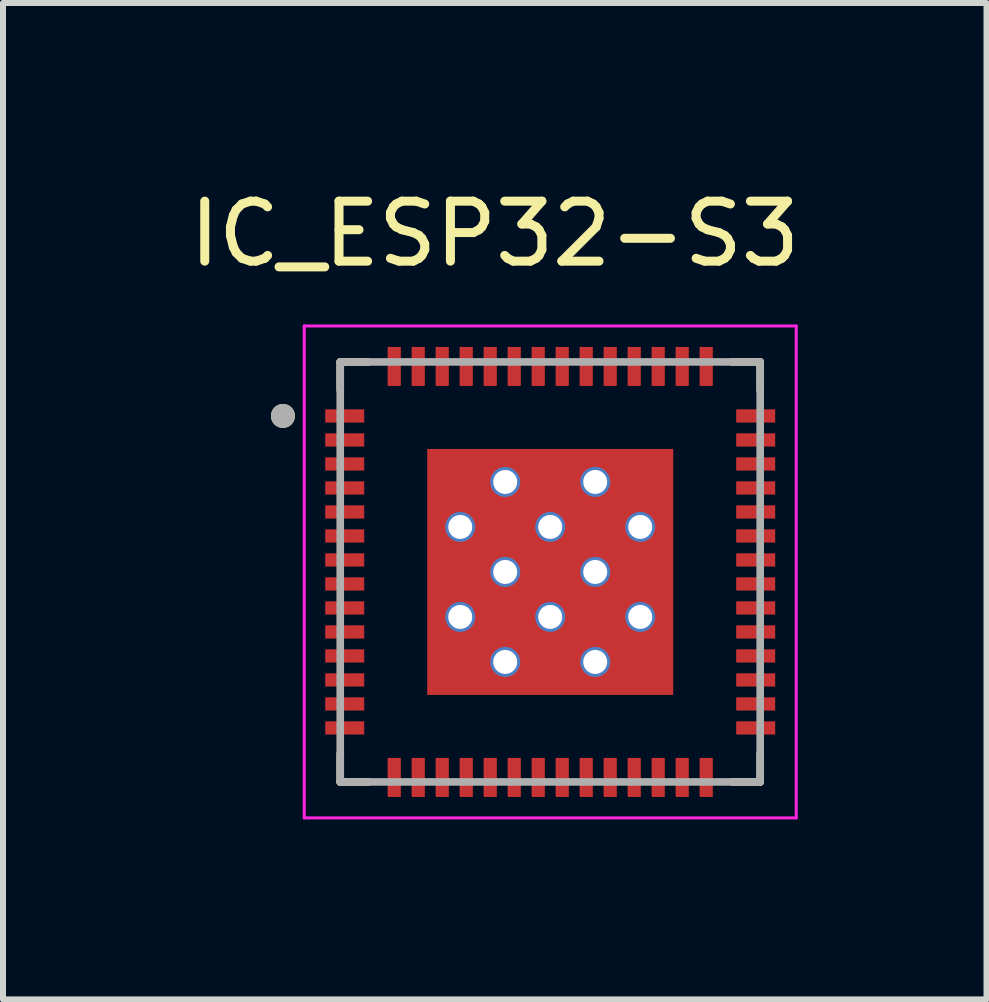
<source format=kicad_pcb>
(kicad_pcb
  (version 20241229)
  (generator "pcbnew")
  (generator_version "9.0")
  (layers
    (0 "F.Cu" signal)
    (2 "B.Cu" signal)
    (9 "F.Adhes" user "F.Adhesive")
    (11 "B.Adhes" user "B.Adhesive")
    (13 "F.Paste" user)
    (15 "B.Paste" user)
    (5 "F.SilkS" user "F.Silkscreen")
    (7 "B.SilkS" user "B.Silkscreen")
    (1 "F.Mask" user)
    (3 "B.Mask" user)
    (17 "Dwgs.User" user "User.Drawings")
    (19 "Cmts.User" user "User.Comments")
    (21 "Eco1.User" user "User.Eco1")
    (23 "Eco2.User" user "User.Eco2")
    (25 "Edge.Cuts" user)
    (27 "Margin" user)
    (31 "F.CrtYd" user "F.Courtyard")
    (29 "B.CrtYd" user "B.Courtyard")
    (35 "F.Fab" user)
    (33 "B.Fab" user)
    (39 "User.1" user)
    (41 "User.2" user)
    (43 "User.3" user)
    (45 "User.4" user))
  (footprint "IC_ESP32-S3"
    (layer "F.Cu")
    (at 6.121 6.483)
    (property "Reference" "IC_ESP32-S3" (at -0.925 -5.635 0) (layer "F.SilkS") (effects (font (size 1 1) (thickness 0.15))))
    (attr smd)
    (fp_poly (pts (xy -3.8 -2.76) (xy -3.05 -2.76) (xy -3.05 -2.44) (xy -3.8 -2.44)) (stroke (width 0.01) (type solid)) (fill yes) (layer "F.Mask"))
    (fp_poly (pts (xy -3.8 -2.36) (xy -3.05 -2.36) (xy -3.05 -2.04) (xy -3.8 -2.04)) (stroke (width 0.01) (type solid)) (fill yes) (layer "F.Mask"))
    (fp_poly (pts (xy -3.8 -1.96) (xy -3.05 -1.96) (xy -3.05 -1.64) (xy -3.8 -1.64)) (stroke (width 0.01) (type solid)) (fill yes) (layer "F.Mask"))
    (fp_poly (pts (xy -3.8 -1.56) (xy -3.05 -1.56) (xy -3.05 -1.24) (xy -3.8 -1.24)) (stroke (width 0.01) (type solid)) (fill yes) (layer "F.Mask"))
    (fp_poly (pts (xy -3.8 -1.16) (xy -3.05 -1.16) (xy -3.05 -0.84) (xy -3.8 -0.84)) (stroke (width 0.01) (type solid)) (fill yes) (layer "F.Mask"))
    (fp_poly (pts (xy -3.8 -0.76) (xy -3.05 -0.76) (xy -3.05 -0.44) (xy -3.8 -0.44)) (stroke (width 0.01) (type solid)) (fill yes) (layer "F.Mask"))
    (fp_poly (pts (xy -3.8 -0.36) (xy -3.05 -0.36) (xy -3.05 -0.04) (xy -3.8 -0.04)) (stroke (width 0.01) (type solid)) (fill yes) (layer "F.Mask"))
    (fp_poly (pts (xy -3.8 0.04) (xy -3.05 0.04) (xy -3.05 0.36) (xy -3.8 0.36)) (stroke (width 0.01) (type solid)) (fill yes) (layer "F.Mask"))
    (fp_poly (pts (xy -3.8 0.44) (xy -3.05 0.44) (xy -3.05 0.76) (xy -3.8 0.76)) (stroke (width 0.01) (type solid)) (fill yes) (layer "F.Mask"))
    (fp_poly (pts (xy -3.8 0.84) (xy -3.05 0.84) (xy -3.05 1.16) (xy -3.8 1.16)) (stroke (width 0.01) (type solid)) (fill yes) (layer "F.Mask"))
    (fp_poly (pts (xy -3.8 1.24) (xy -3.05 1.24) (xy -3.05 1.56) (xy -3.8 1.56)) (stroke (width 0.01) (type solid)) (fill yes) (layer "F.Mask"))
    (fp_poly (pts (xy -3.8 1.64) (xy -3.05 1.64) (xy -3.05 1.96) (xy -3.8 1.96)) (stroke (width 0.01) (type solid)) (fill yes) (layer "F.Mask"))
    (fp_poly (pts (xy -3.8 2.04) (xy -3.05 2.04) (xy -3.05 2.36) (xy -3.8 2.36)) (stroke (width 0.01) (type solid)) (fill yes) (layer "F.Mask"))
    (fp_poly (pts (xy -3.8 2.44) (xy -3.05 2.44) (xy -3.05 2.76) (xy -3.8 2.76)) (stroke (width 0.01) (type solid)) (fill yes) (layer "F.Mask"))
    (fp_poly (pts (xy -2.76 -3.8) (xy -2.44 -3.8) (xy -2.44 -3.05) (xy -2.76 -3.05)) (stroke (width 0.01) (type solid)) (fill yes) (layer "F.Mask"))
    (fp_poly (pts (xy -2.76 3.05) (xy -2.44 3.05) (xy -2.44 3.8) (xy -2.76 3.8)) (stroke (width 0.01) (type solid)) (fill yes) (layer "F.Mask"))
    (fp_poly (pts (xy -2.36 -3.8) (xy -2.04 -3.8) (xy -2.04 -3.05) (xy -2.36 -3.05)) (stroke (width 0.01) (type solid)) (fill yes) (layer "F.Mask"))
    (fp_poly (pts (xy -2.36 3.05) (xy -2.04 3.05) (xy -2.04 3.8) (xy -2.36 3.8)) (stroke (width 0.01) (type solid)) (fill yes) (layer "F.Mask"))
    (fp_poly (pts (xy -1.96 -3.8) (xy -1.64 -3.8) (xy -1.64 -3.05) (xy -1.96 -3.05)) (stroke (width 0.01) (type solid)) (fill yes) (layer "F.Mask"))
    (fp_poly (pts (xy -1.96 3.05) (xy -1.64 3.05) (xy -1.64 3.8) (xy -1.96 3.8)) (stroke (width 0.01) (type solid)) (fill yes) (layer "F.Mask"))
    (fp_poly (pts (xy -1.56 -3.8) (xy -1.24 -3.8) (xy -1.24 -3.05) (xy -1.56 -3.05)) (stroke (width 0.01) (type solid)) (fill yes) (layer "F.Mask"))
    (fp_poly (pts (xy -1.56 3.05) (xy -1.24 3.05) (xy -1.24 3.8) (xy -1.56 3.8)) (stroke (width 0.01) (type solid)) (fill yes) (layer "F.Mask"))
    (fp_poly (pts (xy -1.16 -3.8) (xy -0.84 -3.8) (xy -0.84 -3.05) (xy -1.16 -3.05)) (stroke (width 0.01) (type solid)) (fill yes) (layer "F.Mask"))
    (fp_poly (pts (xy -1.16 3.05) (xy -0.84 3.05) (xy -0.84 3.8) (xy -1.16 3.8)) (stroke (width 0.01) (type solid)) (fill yes) (layer "F.Mask"))
    (fp_poly (pts (xy -0.76 -3.8) (xy -0.44 -3.8) (xy -0.44 -3.05) (xy -0.76 -3.05)) (stroke (width 0.01) (type solid)) (fill yes) (layer "F.Mask"))
    (fp_poly (pts (xy -0.76 3.05) (xy -0.44 3.05) (xy -0.44 3.8) (xy -0.76 3.8)) (stroke (width 0.01) (type solid)) (fill yes) (layer "F.Mask"))
    (fp_poly (pts (xy -0.36 -3.8) (xy -0.04 -3.8) (xy -0.04 -3.05) (xy -0.36 -3.05)) (stroke (width 0.01) (type solid)) (fill yes) (layer "F.Mask"))
    (fp_poly (pts (xy -0.36 3.05) (xy -0.04 3.05) (xy -0.04 3.8) (xy -0.36 3.8)) (stroke (width 0.01) (type solid)) (fill yes) (layer "F.Mask"))
    (fp_poly (pts (xy 0.04 -3.8) (xy 0.36 -3.8) (xy 0.36 -3.05) (xy 0.04 -3.05)) (stroke (width 0.01) (type solid)) (fill yes) (layer "F.Mask"))
    (fp_poly (pts (xy 0.04 3.05) (xy 0.36 3.05) (xy 0.36 3.8) (xy 0.04 3.8)) (stroke (width 0.01) (type solid)) (fill yes) (layer "F.Mask"))
    (fp_poly (pts (xy 0.44 -3.8) (xy 0.76 -3.8) (xy 0.76 -3.05) (xy 0.44 -3.05)) (stroke (width 0.01) (type solid)) (fill yes) (layer "F.Mask"))
    (fp_poly (pts (xy 0.44 3.05) (xy 0.76 3.05) (xy 0.76 3.8) (xy 0.44 3.8)) (stroke (width 0.01) (type solid)) (fill yes) (layer "F.Mask"))
    (fp_poly (pts (xy 0.84 -3.8) (xy 1.16 -3.8) (xy 1.16 -3.05) (xy 0.84 -3.05)) (stroke (width 0.01) (type solid)) (fill yes) (layer "F.Mask"))
    (fp_poly (pts (xy 0.84 3.05) (xy 1.16 3.05) (xy 1.16 3.8) (xy 0.84 3.8)) (stroke (width 0.01) (type solid)) (fill yes) (layer "F.Mask"))
    (fp_poly (pts (xy 1.24 -3.8) (xy 1.56 -3.8) (xy 1.56 -3.05) (xy 1.24 -3.05)) (stroke (width 0.01) (type solid)) (fill yes) (layer "F.Mask"))
    (fp_poly (pts (xy 1.24 3.05) (xy 1.56 3.05) (xy 1.56 3.8) (xy 1.24 3.8)) (stroke (width 0.01) (type solid)) (fill yes) (layer "F.Mask"))
    (fp_poly (pts (xy 1.64 -3.8) (xy 1.96 -3.8) (xy 1.96 -3.05) (xy 1.64 -3.05)) (stroke (width 0.01) (type solid)) (fill yes) (layer "F.Mask"))
    (fp_poly (pts (xy 1.64 3.05) (xy 1.96 3.05) (xy 1.96 3.8) (xy 1.64 3.8)) (stroke (width 0.01) (type solid)) (fill yes) (layer "F.Mask"))
    (fp_poly (pts (xy 2.04 -3.8) (xy 2.36 -3.8) (xy 2.36 -3.05) (xy 2.04 -3.05)) (stroke (width 0.01) (type solid)) (fill yes) (layer "F.Mask"))
    (fp_poly (pts (xy 2.04 3.05) (xy 2.36 3.05) (xy 2.36 3.8) (xy 2.04 3.8)) (stroke (width 0.01) (type solid)) (fill yes) (layer "F.Mask"))
    (fp_poly (pts (xy 2.44 -3.8) (xy 2.76 -3.8) (xy 2.76 -3.05) (xy 2.44 -3.05)) (stroke (width 0.01) (type solid)) (fill yes) (layer "F.Mask"))
    (fp_poly (pts (xy 2.44 3.05) (xy 2.76 3.05) (xy 2.76 3.8) (xy 2.44 3.8)) (stroke (width 0.01) (type solid)) (fill yes) (layer "F.Mask"))
    (fp_poly (pts (xy 3.05 -2.76) (xy 3.8 -2.76) (xy 3.8 -2.44) (xy 3.05 -2.44)) (stroke (width 0.01) (type solid)) (fill yes) (layer "F.Mask"))
    (fp_poly (pts (xy 3.05 -2.36) (xy 3.8 -2.36) (xy 3.8 -2.04) (xy 3.05 -2.04)) (stroke (width 0.01) (type solid)) (fill yes) (layer "F.Mask"))
    (fp_poly (pts (xy 3.05 -1.96) (xy 3.8 -1.96) (xy 3.8 -1.64) (xy 3.05 -1.64)) (stroke (width 0.01) (type solid)) (fill yes) (layer "F.Mask"))
    (fp_poly (pts (xy 3.05 -1.56) (xy 3.8 -1.56) (xy 3.8 -1.24) (xy 3.05 -1.24)) (stroke (width 0.01) (type solid)) (fill yes) (layer "F.Mask"))
    (fp_poly (pts (xy 3.05 -1.16) (xy 3.8 -1.16) (xy 3.8 -0.84) (xy 3.05 -0.84)) (stroke (width 0.01) (type solid)) (fill yes) (layer "F.Mask"))
    (fp_poly (pts (xy 3.05 -0.76) (xy 3.8 -0.76) (xy 3.8 -0.44) (xy 3.05 -0.44)) (stroke (width 0.01) (type solid)) (fill yes) (layer "F.Mask"))
    (fp_poly (pts (xy 3.05 -0.36) (xy 3.8 -0.36) (xy 3.8 -0.04) (xy 3.05 -0.04)) (stroke (width 0.01) (type solid)) (fill yes) (layer "F.Mask"))
    (fp_poly (pts (xy 3.05 0.04) (xy 3.8 0.04) (xy 3.8 0.36) (xy 3.05 0.36)) (stroke (width 0.01) (type solid)) (fill yes) (layer "F.Mask"))
    (fp_poly (pts (xy 3.05 0.44) (xy 3.8 0.44) (xy 3.8 0.76) (xy 3.05 0.76)) (stroke (width 0.01) (type solid)) (fill yes) (layer "F.Mask"))
    (fp_poly (pts (xy 3.05 0.84) (xy 3.8 0.84) (xy 3.8 1.16) (xy 3.05 1.16)) (stroke (width 0.01) (type solid)) (fill yes) (layer "F.Mask"))
    (fp_poly (pts (xy 3.05 1.24) (xy 3.8 1.24) (xy 3.8 1.56) (xy 3.05 1.56)) (stroke (width 0.01) (type solid)) (fill yes) (layer "F.Mask"))
    (fp_poly (pts (xy 3.05 1.64) (xy 3.8 1.64) (xy 3.8 1.96) (xy 3.05 1.96)) (stroke (width 0.01) (type solid)) (fill yes) (layer "F.Mask"))
    (fp_poly (pts (xy 3.05 2.04) (xy 3.8 2.04) (xy 3.8 2.36) (xy 3.05 2.36)) (stroke (width 0.01) (type solid)) (fill yes) (layer "F.Mask"))
    (fp_poly (pts (xy 3.05 2.44) (xy 3.8 2.44) (xy 3.8 2.76) (xy 3.05 2.76)) (stroke (width 0.01) (type solid)) (fill yes) (layer "F.Mask"))
    (fp_line (start -3.5 -3.5) (end -3.5 -3.03) (stroke (width 0.127) (type solid)) (layer "F.SilkS"))
    (fp_line (start -3.5 -3.5) (end -3.03 -3.5) (stroke (width 0.127) (type solid)) (layer "F.SilkS"))
    (fp_line (start -3.5 3.5) (end -3.5 3.03) (stroke (width 0.127) (type solid)) (layer "F.SilkS"))
    (fp_line (start -3.5 3.5) (end -3.03 3.5) (stroke (width 0.127) (type solid)) (layer "F.SilkS"))
    (fp_line (start 3.5 -3.5) (end 3.03 -3.5) (stroke (width 0.127) (type solid)) (layer "F.SilkS"))
    (fp_line (start 3.5 -3.5) (end 3.5 -3.03) (stroke (width 0.127) (type solid)) (layer "F.SilkS"))
    (fp_line (start 3.5 3.5) (end 3.03 3.5) (stroke (width 0.127) (type solid)) (layer "F.SilkS"))
    (fp_line (start 3.5 3.5) (end 3.5 3.03) (stroke (width 0.127) (type solid)) (layer "F.SilkS"))
    (fp_circle (center -4.455 -2.6) (end -4.355 -2.6) (stroke (width 0.2) (type solid)) (fill no) (layer "F.SilkS"))
    (fp_poly (pts (xy -2 -2) (xy -1 -2) (xy -1 -1) (xy -2 -1)) (stroke (width 0.01) (type solid)) (fill yes) (layer "F.Paste"))
    (fp_poly (pts (xy -2 -0.5) (xy -1 -0.5) (xy -1 0.5) (xy -2 0.5)) (stroke (width 0.01) (type solid)) (fill yes) (layer "F.Paste"))
    (fp_poly (pts (xy -2 1) (xy -1 1) (xy -1 2) (xy -2 2)) (stroke (width 0.01) (type solid)) (fill yes) (layer "F.Paste"))
    (fp_poly (pts (xy -0.5 -2) (xy 0.5 -2) (xy 0.5 -1) (xy -0.5 -1)) (stroke (width 0.01) (type solid)) (fill yes) (layer "F.Paste"))
    (fp_poly (pts (xy -0.5 -0.5) (xy 0.5 -0.5) (xy 0.5 0.5) (xy -0.5 0.5)) (stroke (width 0.01) (type solid)) (fill yes) (layer "F.Paste"))
    (fp_poly (pts (xy -0.5 1) (xy 0.5 1) (xy 0.5 2) (xy -0.5 2)) (stroke (width 0.01) (type solid)) (fill yes) (layer "F.Paste"))
    (fp_poly (pts (xy 1 -2) (xy 2 -2) (xy 2 -1) (xy 1 -1)) (stroke (width 0.01) (type solid)) (fill yes) (layer "F.Paste"))
    (fp_poly (pts (xy 1 -0.5) (xy 2 -0.5) (xy 2 0.5) (xy 1 0.5)) (stroke (width 0.01) (type solid)) (fill yes) (layer "F.Paste"))
    (fp_poly (pts (xy 1 1) (xy 2 1) (xy 2 2) (xy 1 2)) (stroke (width 0.01) (type solid)) (fill yes) (layer "F.Paste"))
    (fp_line (start -4.1 -4.1) (end 4.1 -4.1) (stroke (width 0.05) (type solid)) (layer "F.CrtYd"))
    (fp_line (start -4.1 4.1) (end -4.1 -4.1) (stroke (width 0.05) (type solid)) (layer "F.CrtYd"))
    (fp_line (start -4.1 4.1) (end 4.1 4.1) (stroke (width 0.05) (type solid)) (layer "F.CrtYd"))
    (fp_line (start 4.1 4.1) (end 4.1 -4.1) (stroke (width 0.05) (type solid)) (layer "F.CrtYd"))
    (fp_line (start -3.5 3.5) (end -3.5 -3.5) (stroke (width 0.127) (type solid)) (layer "F.Fab"))
    (fp_line (start 3.5 -3.5) (end -3.5 -3.5) (stroke (width 0.127) (type solid)) (layer "F.Fab"))
    (fp_line (start 3.5 3.5) (end -3.5 3.5) (stroke (width 0.127) (type solid)) (layer "F.Fab"))
    (fp_line (start 3.5 3.5) (end 3.5 -3.5) (stroke (width 0.127) (type solid)) (layer "F.Fab"))
    (fp_circle (center -4.455 -2.6) (end -4.355 -2.6) (stroke (width 0.2) (type solid)) (fill no) (layer "F.Fab"))
    (pad "1" smd rect (at -3.425 -2.6) (size 0.65 0.22) (layers "F.Cu" "F.Paste"))
    (pad "2" smd rect (at -3.425 -2.2) (size 0.65 0.22) (layers "F.Cu" "F.Paste"))
    (pad "3" smd rect (at -3.425 -1.8) (size 0.65 0.22) (layers "F.Cu" "F.Paste"))
    (pad "4" smd rect (at -3.425 -1.4) (size 0.65 0.22) (layers "F.Cu" "F.Paste"))
    (pad "5" smd rect (at -3.425 -1) (size 0.65 0.22) (layers "F.Cu" "F.Paste"))
    (pad "6" smd rect (at -3.425 -0.6) (size 0.65 0.22) (layers "F.Cu" "F.Paste"))
    (pad "7" smd rect (at -3.425 -0.2) (size 0.65 0.22) (layers "F.Cu" "F.Paste"))
    (pad "8" smd rect (at -3.425 0.2) (size 0.65 0.22) (layers "F.Cu" "F.Paste"))
    (pad "9" smd rect (at -3.425 0.6) (size 0.65 0.22) (layers "F.Cu" "F.Paste"))
    (pad "10" smd rect (at -3.425 1) (size 0.65 0.22) (layers "F.Cu" "F.Paste"))
    (pad "11" smd rect (at -3.425 1.4) (size 0.65 0.22) (layers "F.Cu" "F.Paste"))
    (pad "12" smd rect (at -3.425 1.8) (size 0.65 0.22) (layers "F.Cu" "F.Paste"))
    (pad "13" smd rect (at -3.425 2.2) (size 0.65 0.22) (layers "F.Cu" "F.Paste"))
    (pad "14" smd rect (at -3.425 2.6) (size 0.65 0.22) (layers "F.Cu" "F.Paste"))
    (pad "15" smd rect (at -2.6 3.425) (size 0.22 0.65) (layers "F.Cu" "F.Paste"))
    (pad "16" smd rect (at -2.2 3.425) (size 0.22 0.65) (layers "F.Cu" "F.Paste"))
    (pad "17" smd rect (at -1.8 3.425) (size 0.22 0.65) (layers "F.Cu" "F.Paste"))
    (pad "18" smd rect (at -1.4 3.425) (size 0.22 0.65) (layers "F.Cu" "F.Paste"))
    (pad "19" smd rect (at -1 3.425) (size 0.22 0.65) (layers "F.Cu" "F.Paste"))
    (pad "20" smd rect (at -0.6 3.425) (size 0.22 0.65) (layers "F.Cu" "F.Paste"))
    (pad "21" smd rect (at -0.2 3.425) (size 0.22 0.65) (layers "F.Cu" "F.Paste"))
    (pad "22" smd rect (at 0.2 3.425) (size 0.22 0.65) (layers "F.Cu" "F.Paste"))
    (pad "23" smd rect (at 0.6 3.425) (size 0.22 0.65) (layers "F.Cu" "F.Paste"))
    (pad "24" smd rect (at 1 3.425) (size 0.22 0.65) (layers "F.Cu" "F.Paste"))
    (pad "25" smd rect (at 1.4 3.425) (size 0.22 0.65) (layers "F.Cu" "F.Paste"))
    (pad "26" smd rect (at 1.8 3.425) (size 0.22 0.65) (layers "F.Cu" "F.Paste"))
    (pad "27" smd rect (at 2.2 3.425) (size 0.22 0.65) (layers "F.Cu" "F.Paste"))
    (pad "28" smd rect (at 2.6 3.425) (size 0.22 0.65) (layers "F.Cu" "F.Paste"))
    (pad "29" smd rect (at 3.425 2.6) (size 0.65 0.22) (layers "F.Cu" "F.Paste"))
    (pad "30" smd rect (at 3.425 2.2) (size 0.65 0.22) (layers "F.Cu" "F.Paste"))
    (pad "31" smd rect (at 3.425 1.8) (size 0.65 0.22) (layers "F.Cu" "F.Paste"))
    (pad "32" smd rect (at 3.425 1.4) (size 0.65 0.22) (layers "F.Cu" "F.Paste"))
    (pad "33" smd rect (at 3.425 1) (size 0.65 0.22) (layers "F.Cu" "F.Paste"))
    (pad "34" smd rect (at 3.425 0.6) (size 0.65 0.22) (layers "F.Cu" "F.Paste"))
    (pad "35" smd rect (at 3.425 0.2) (size 0.65 0.22) (layers "F.Cu" "F.Paste"))
    (pad "36" smd rect (at 3.425 -0.2) (size 0.65 0.22) (layers "F.Cu" "F.Paste"))
    (pad "37" smd rect (at 3.425 -0.6) (size 0.65 0.22) (layers "F.Cu" "F.Paste"))
    (pad "38" smd rect (at 3.425 -1) (size 0.65 0.22) (layers "F.Cu" "F.Paste"))
    (pad "39" smd rect (at 3.425 -1.4) (size 0.65 0.22) (layers "F.Cu" "F.Paste"))
    (pad "40" smd rect (at 3.425 -1.8) (size 0.65 0.22) (layers "F.Cu" "F.Paste"))
    (pad "41" smd rect (at 3.425 -2.2) (size 0.65 0.22) (layers "F.Cu" "F.Paste"))
    (pad "42" smd rect (at 3.425 -2.6) (size 0.65 0.22) (layers "F.Cu" "F.Paste"))
    (pad "43" smd rect (at 2.6 -3.425) (size 0.22 0.65) (layers "F.Cu" "F.Paste"))
    (pad "44" smd rect (at 2.2 -3.425) (size 0.22 0.65) (layers "F.Cu" "F.Paste"))
    (pad "45" smd rect (at 1.8 -3.425) (size 0.22 0.65) (layers "F.Cu" "F.Paste"))
    (pad "46" smd rect (at 1.4 -3.425) (size 0.22 0.65) (layers "F.Cu" "F.Paste"))
    (pad "47" smd rect (at 1 -3.425) (size 0.22 0.65) (layers "F.Cu" "F.Paste"))
    (pad "48" smd rect (at 0.6 -3.425) (size 0.22 0.65) (layers "F.Cu" "F.Paste"))
    (pad "49" smd rect (at 0.2 -3.425) (size 0.22 0.65) (layers "F.Cu" "F.Paste"))
    (pad "50" smd rect (at -0.2 -3.425) (size 0.22 0.65) (layers "F.Cu" "F.Paste"))
    (pad "51" smd rect (at -0.6 -3.425) (size 0.22 0.65) (layers "F.Cu" "F.Paste"))
    (pad "52" smd rect (at -1 -3.425) (size 0.22 0.65) (layers "F.Cu" "F.Paste"))
    (pad "53" smd rect (at -1.4 -3.425) (size 0.22 0.65) (layers "F.Cu" "F.Paste"))
    (pad "54" smd rect (at -1.8 -3.425) (size 0.22 0.65) (layers "F.Cu" "F.Paste"))
    (pad "55" smd rect (at -2.2 -3.425) (size 0.22 0.65) (layers "F.Cu" "F.Paste"))
    (pad "56" smd rect (at -2.6 -3.425) (size 0.22 0.65) (layers "F.Cu" "F.Paste"))
    (pad "57" smd rect (at 0 0) (size 4.1 4.1) (layers "F.Cu" "F.Mask"))
    (pad "58" thru_hole circle (at -0.75 -1.5) (size 0.5 0.5) (drill 0.4) (layers "*.Cu"))
    (pad "59" thru_hole circle (at 0.75 -1.5) (size 0.5 0.5) (drill 0.4) (layers "*.Cu"))
    (pad "60" thru_hole circle (at -1.5 -0.75) (size 0.5 0.5) (drill 0.4) (layers "*.Cu"))
    (pad "61" thru_hole circle (at 0 -0.75) (size 0.5 0.5) (drill 0.4) (layers "*.Cu"))
    (pad "62" thru_hole circle (at 1.5 -0.75) (size 0.5 0.5) (drill 0.4) (layers "*.Cu"))
    (pad "63" thru_hole circle (at -0.75 0) (size 0.5 0.5) (drill 0.4) (layers "*.Cu"))
    (pad "64" thru_hole circle (at 0.75 0) (size 0.5 0.5) (drill 0.4) (layers "*.Cu"))
    (pad "65" thru_hole circle (at -1.5 0.75) (size 0.5 0.5) (drill 0.4) (layers "*.Cu"))
    (pad "66" thru_hole circle (at 0 0.75) (size 0.5 0.5) (drill 0.4) (layers "*.Cu"))
    (pad "67" thru_hole circle (at 1.5 0.75) (size 0.5 0.5) (drill 0.4) (layers "*.Cu"))
    (pad "68" thru_hole circle (at -0.75 1.5) (size 0.5 0.5) (drill 0.4) (layers "*.Cu"))
    (pad "69" thru_hole circle (at 0.75 1.5) (size 0.5 0.5) (drill 0.4) (layers "*.Cu")))
  (gr_rect
    (start -3 -3)
    (end 13.393 13.608)
    (stroke (width 0.1) (type default))
    (fill no)
    (layer "Edge.Cuts")))
</source>
